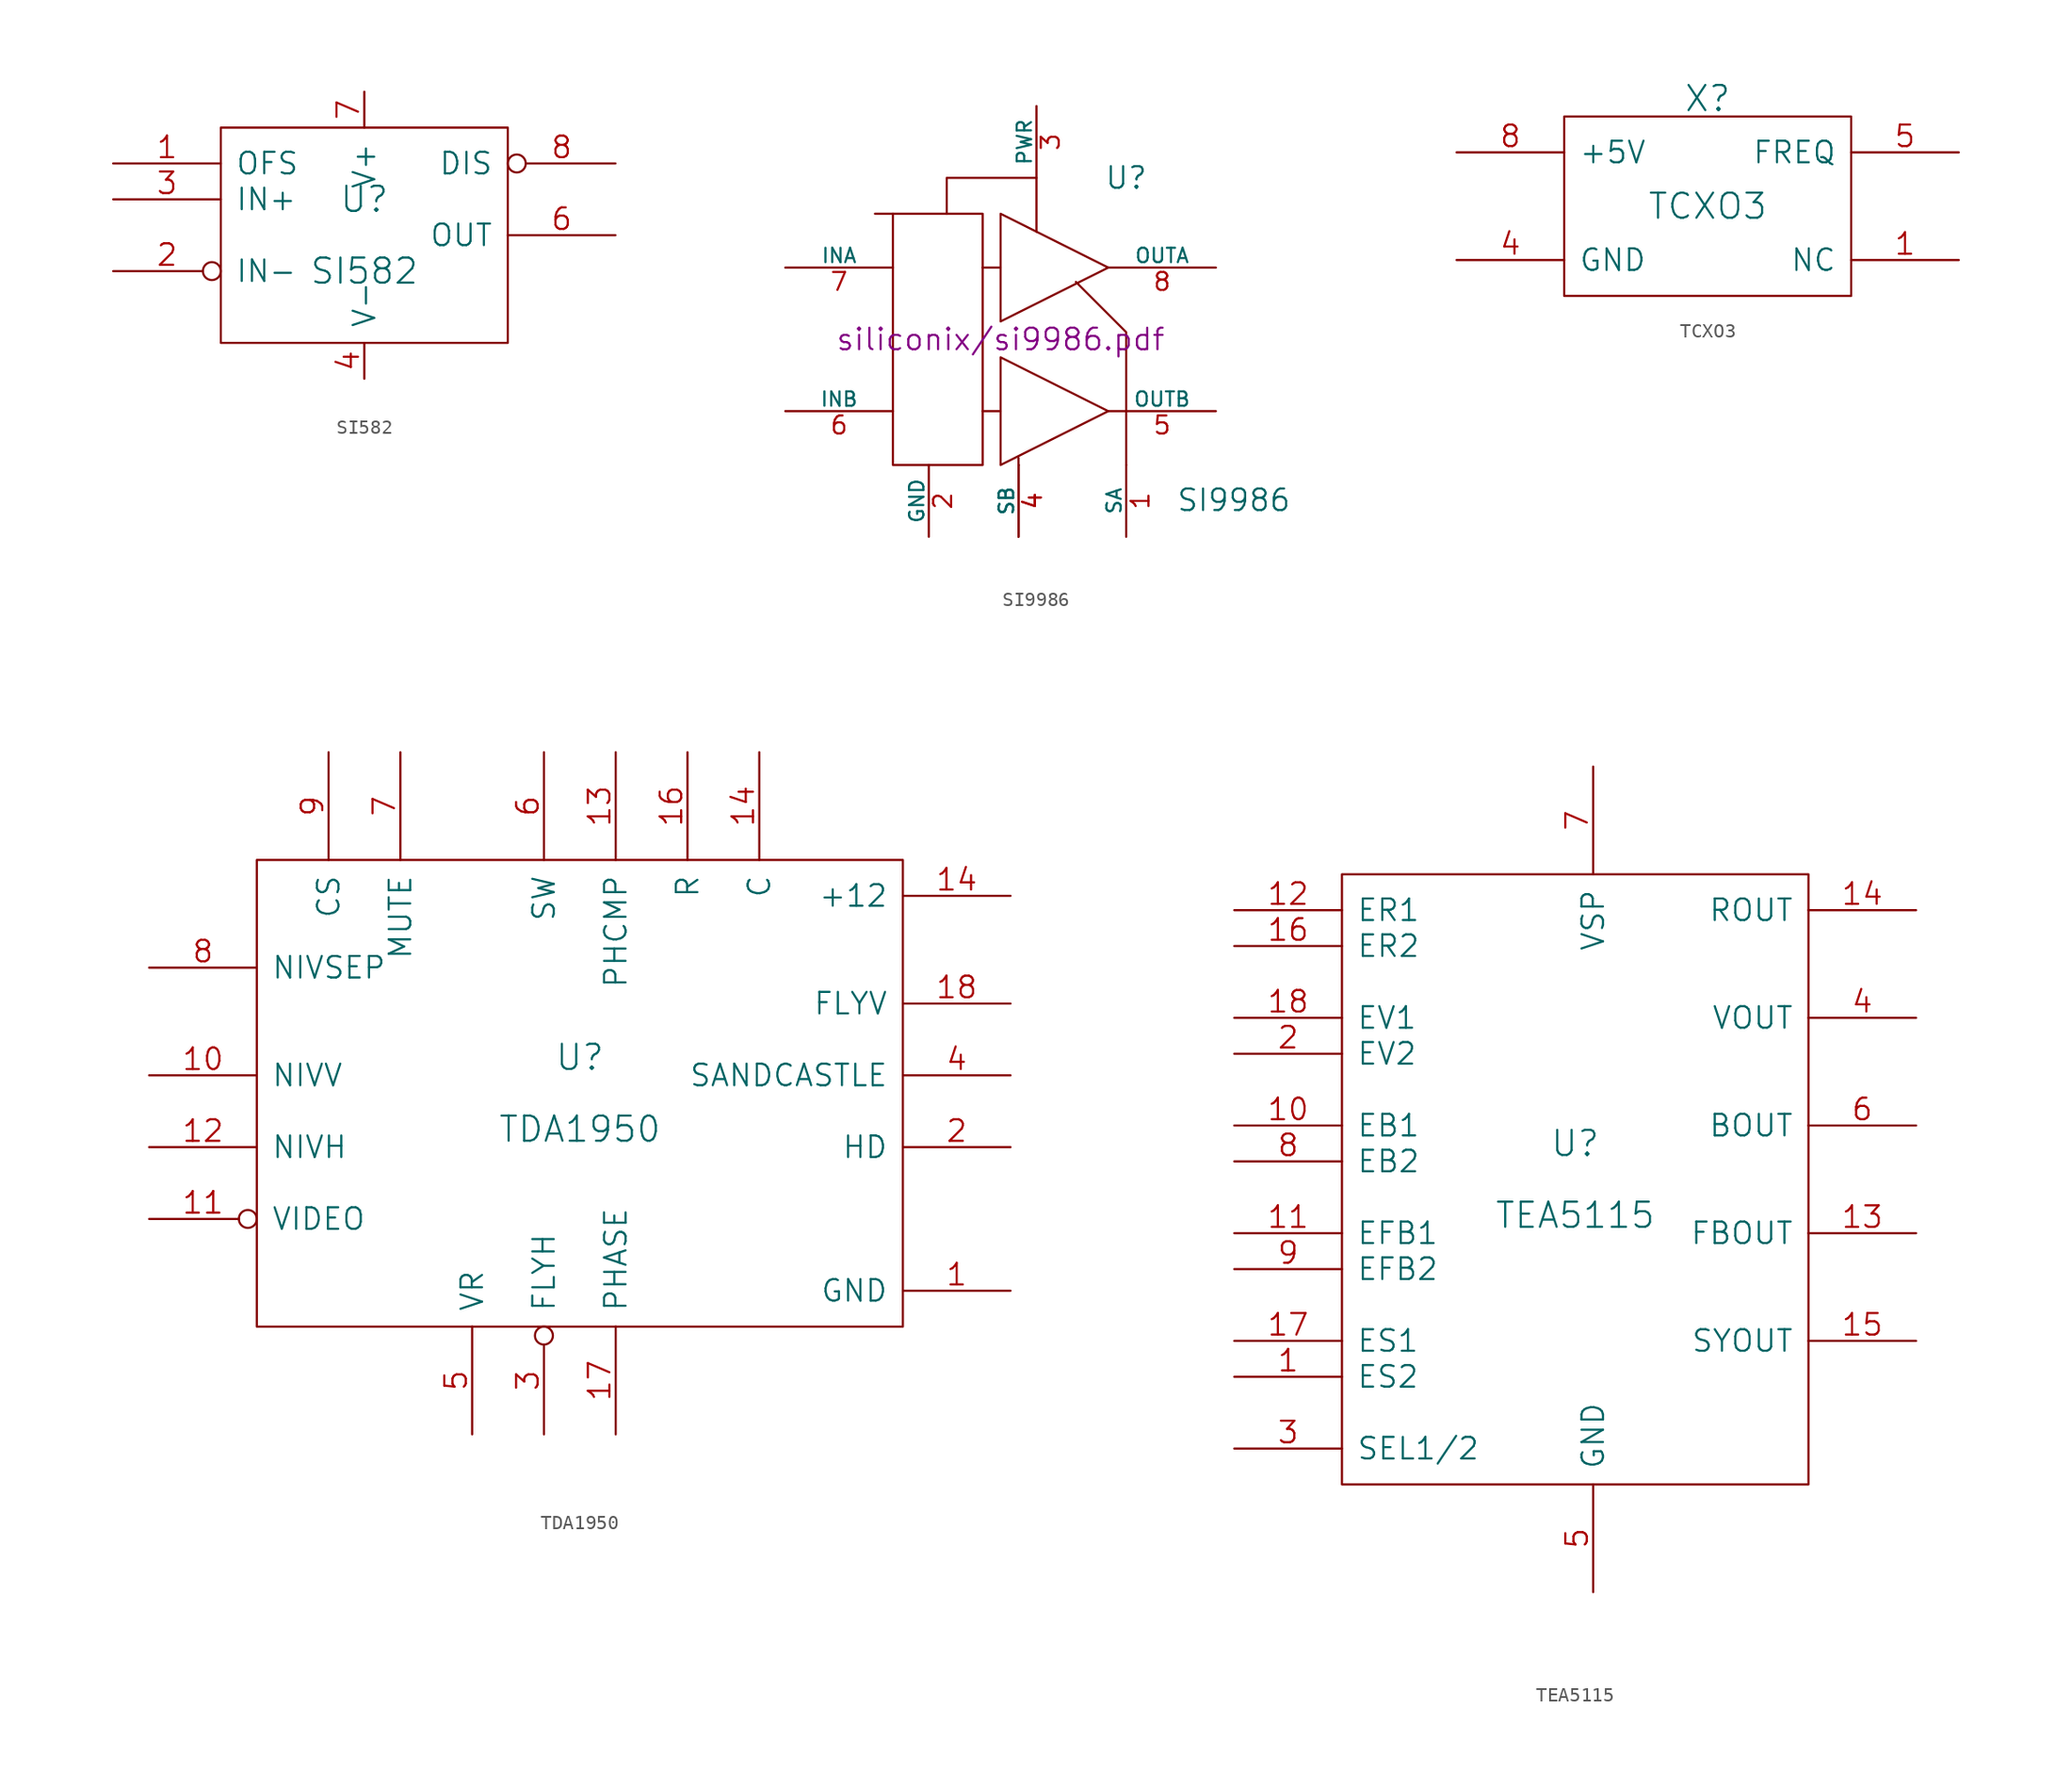
<source format=kicad_sym>
(kicad_symbol_lib
  (version 20211014)
  (generator kicad_symbol_editor)
  (symbol "SI582"
    (pin_names
      (offset 1.016))
    (property "Reference" "U"
      (at 0 2.54 0)
      (effects (font (size 1.778 1.778))))
    (property "Value" "SI582"
      (at 0 -2.54 0)
      (effects (font (size 1.778 1.778))))
    (property "Footprint" ""
      (at 0 0 0)
      (effects (font (size 1.524 1.524))))
    (property "Datasheet" ""
      (at 0 0 0)
      (effects (font (size 1.524 1.524))))
    (symbol "SI582_0_1"
      (rectangle (start -10.16 -7.62) (end 10.16 7.62) (stroke (width 0) (type default) (color 0 0 0 0)) (fill (type none))))
    (symbol "SI582_1_1"
      (pin input line (at -17.78 5.08 0) (length 7.62) (name "OFS" (effects (font (size 1.524 1.524)))) (number "1" (effects (font (size 1.524 1.524)))))
      (pin input inverted (at -17.78 -2.54 0) (length 7.62) (name "IN-" (effects (font (size 1.524 1.524)))) (number "2" (effects (font (size 1.524 1.524)))))
      (pin input line (at -17.78 2.54 0) (length 7.62) (name "IN+" (effects (font (size 1.524 1.524)))) (number "3" (effects (font (size 1.524 1.524)))))
      (pin input line (at 0 -10.16 90) (length 2.54) (name "V-" (effects (font (size 1.524 1.524)))) (number "4" (effects (font (size 1.524 1.524)))))
      (pin input line (at 17.78 0 180) (length 7.62) (name "OUT" (effects (font (size 1.524 1.524)))) (number "6" (effects (font (size 1.524 1.524)))))
      (pin input line (at 0 10.16 270) (length 2.54) (name "V+" (effects (font (size 1.524 1.524)))) (number "7" (effects (font (size 1.524 1.524)))))
      (pin input inverted (at 17.78 5.08 180) (length 7.62) (name "DIS" (effects (font (size 1.524 1.524)))) (number "8" (effects (font (size 1.524 1.524)))))))
  (symbol "SI9986"
    (pin_names
      (offset 0))
    (property "Reference" "U"
      (at 8.89 11.43 0)
      (effects (font (size 1.524 1.524))))
    (property "Value" "SI9986"
      (at 16.51 -11.379 0)
      (effects (font (size 1.524 1.524))))
    (property "Footprint" ""
      (at 0 0 0)
      (effects (font (size 1.524 1.524))))
    (property "Datasheet" "siliconix/si9986.pdf"
      (at 0 0 0)
      (effects (font (size 1.524 1.524))))
    (symbol "SI9986_0_1"
      (rectangle (start -7.62 8.89) (end -8.89 8.89) (stroke (width 0) (type default) (color 0 0 0 0)) (fill (type none)))
      (rectangle (start -7.62 8.89) (end -1.27 -8.89) (stroke (width 0) (type default) (color 0 0 0 0)) (fill (type none)))
      (polyline (pts (xy 0 -5.08) (xy -1.27 -5.08) (xy -1.27 -5.08)) (stroke (width 0) (type default) (color 0 0 0 0)) (fill (type none)))
      (polyline (pts (xy 1.27 -8.89) (xy 1.27 -8.382) (xy 1.27 -8.382)) (stroke (width 0) (type default) (color 0 0 0 0)) (fill (type none)))
      (polyline (pts (xy 0 -1.27) (xy 0 -8.89) (xy 7.62 -5.08) (xy 0 -1.27)) (stroke (width 0) (type default) (color 0 0 0 0)) (fill (type none)))
      (polyline (pts (xy 0 8.89) (xy 0 1.27) (xy 7.62 5.08) (xy 0 8.89)) (stroke (width 0) (type default) (color 0 0 0 0)) (fill (type none)))
      (polyline (pts (xy 1.27 -8.89) (xy 1.27 -8.89) (xy 1.27 -8.89) (xy 1.27 -8.89)) (stroke (width 0) (type default) (color 0 0 0 0)) (fill (type none)))
      (polyline (pts (xy 8.89 -8.89) (xy 8.89 0.508) (xy 5.334 4.064) (xy 5.334 4.064)) (stroke (width 0) (type default) (color 0 0 0 0)) (fill (type none)))
      (polyline (pts (xy 0 5.08) (xy -1.27 5.08) (xy -1.27 5.08) (xy -1.27 5.08) (xy -1.27 5.08)) (stroke (width 0) (type default) (color 0 0 0 0)) (fill (type none)))
      (polyline (pts (xy -3.81 8.89) (xy -3.81 11.43) (xy 2.54 11.43) (xy 2.54 7.62) (xy 2.54 7.62) (xy 2.54 7.62)) (stroke (width 0) (type default) (color 0 0 0 0)) (fill (type none))))
    (symbol "SI9986_1_1"
      (pin power_in line (at 8.89 -13.97 90) (length 5.08) (name "SA" (effects (font (size 1.016 1.016)))) (number "1" (effects (font (size 1.27 1.27)))))
      (pin power_in line (at -5.08 -13.97 90) (length 5.08) (name "GND" (effects (font (size 1.016 1.016)))) (number "2" (effects (font (size 1.27 1.27)))))
      (pin input line (at 2.54 16.51 270) (length 5.08) (name "PWR" (effects (font (size 1.016 1.016)))) (number "3" (effects (font (size 1.27 1.27)))))
      (pin power_in line (at 1.27 -13.97 90) (length 5.08) (name "SB" (effects (font (size 1.016 1.016)))) (number "4" (effects (font (size 1.27 1.27)))))
      (pin power_in line (at 1.27 -13.97 90) (length 5.08) (name "SB" (effects (font (size 1.016 1.016)))) (number "4" (effects (font (size 1.27 1.27)))))
      (pin input line (at 15.24 -5.08 180) (length 7.62) (name "OUTB" (effects (font (size 1.016 1.016)))) (number "5" (effects (font (size 1.27 1.27)))))
      (pin input line (at -15.24 -5.08 0) (length 7.62) (name "INB" (effects (font (size 1.016 1.016)))) (number "6" (effects (font (size 1.27 1.27)))))
      (pin input line (at -15.24 5.08 0) (length 7.62) (name "INA" (effects (font (size 1.016 1.016)))) (number "7" (effects (font (size 1.27 1.27)))))
      (pin input line (at 15.24 5.08 180) (length 7.62) (name "OUTA" (effects (font (size 1.016 1.016)))) (number "8" (effects (font (size 1.27 1.27)))))))
  (symbol "TCXO3"
    (pin_names
      (offset 1.016))
    (property "Reference" "X"
      (at 0 7.62 0)
      (effects (font (size 1.778 1.778))))
    (property "Value" "TCXO3"
      (at 0 0 0)
      (effects (font (size 1.778 1.778))))
    (property "Footprint" ""
      (at 0 0 0)
      (effects (font (size 1.524 1.524))))
    (property "Datasheet" ""
      (at 0 0 0)
      (effects (font (size 1.524 1.524))))
    (symbol "TCXO3_0_1"
      (rectangle (start -10.16 -6.35) (end 10.16 6.35) (stroke (width 0) (type default) (color 0 0 0 0)) (fill (type none))))
    (symbol "TCXO3_1_1"
      (pin passive line (at 17.78 -3.81 180) (length 7.62) (name "NC" (effects (font (size 1.524 1.524)))) (number "1" (effects (font (size 1.524 1.524)))))
      (pin passive line (at -17.78 -3.81 0) (length 7.62) (name "GND" (effects (font (size 1.524 1.524)))) (number "4" (effects (font (size 1.524 1.524)))))
      (pin output line (at 17.78 3.81 180) (length 7.62) (name "FREQ" (effects (font (size 1.524 1.524)))) (number "5" (effects (font (size 1.524 1.524)))))
      (pin passive line (at -17.78 3.81 0) (length 7.62) (name "+5V" (effects (font (size 1.524 1.524)))) (number "8" (effects (font (size 1.524 1.524)))))))
  (symbol "TDA1950"
    (pin_names
      (offset 1.016))
    (property "Reference" "U"
      (at 0 2.54 0)
      (effects (font (size 1.778 1.778))))
    (property "Value" "TDA1950"
      (at 0 -2.54 0)
      (effects (font (size 1.778 1.778))))
    (property "Footprint" ""
      (at 0 0 0)
      (effects (font (size 1.524 1.524))))
    (property "Datasheet" ""
      (at 0 0 0)
      (effects (font (size 1.524 1.524))))
    (symbol "TDA1950_0_1"
      (rectangle (start -22.86 -16.51) (end 22.86 16.51) (stroke (width 0) (type default) (color 0 0 0 0)) (fill (type none))))
    (symbol "TDA1950_1_1"
      (pin input line (at 30.48 -13.97 180) (length 7.62) (name "GND" (effects (font (size 1.524 1.524)))) (number "1" (effects (font (size 1.524 1.524)))))
      (pin output line (at -30.48 1.27 0) (length 7.62) (name "NIVV" (effects (font (size 1.524 1.524)))) (number "10" (effects (font (size 1.524 1.524)))))
      (pin input inverted (at -30.48 -8.89 0) (length 7.62) (name "VIDEO" (effects (font (size 1.524 1.524)))) (number "11" (effects (font (size 1.524 1.524)))))
      (pin output line (at -30.48 -3.81 0) (length 7.62) (name "NIVH" (effects (font (size 1.524 1.524)))) (number "12" (effects (font (size 1.524 1.524)))))
      (pin output line (at 2.54 24.13 270) (length 7.62) (name "PHCMP" (effects (font (size 1.524 1.524)))) (number "13" (effects (font (size 1.524 1.524)))))
      (pin input line (at 30.48 13.97 180) (length 7.62) (name "+12" (effects (font (size 1.524 1.524)))) (number "14" (effects (font (size 1.524 1.524)))))
      (pin output line (at 12.7 24.13 270) (length 7.62) (name "C" (effects (font (size 1.524 1.524)))) (number "14" (effects (font (size 1.524 1.524)))))
      (pin output line (at 7.62 24.13 270) (length 7.62) (name "R" (effects (font (size 1.524 1.524)))) (number "16" (effects (font (size 1.524 1.524)))))
      (pin input line (at 2.54 -24.13 90) (length 7.62) (name "PHASE" (effects (font (size 1.524 1.524)))) (number "17" (effects (font (size 1.524 1.524)))))
      (pin input line (at 30.48 6.35 180) (length 7.62) (name "FLYV" (effects (font (size 1.524 1.524)))) (number "18" (effects (font (size 1.524 1.524)))))
      (pin output line (at 30.48 -3.81 180) (length 7.62) (name "HD" (effects (font (size 1.524 1.524)))) (number "2" (effects (font (size 1.524 1.524)))))
      (pin input inverted (at -2.54 -24.13 90) (length 7.62) (name "FLYH" (effects (font (size 1.524 1.524)))) (number "3" (effects (font (size 1.524 1.524)))))
      (pin output line (at 30.48 1.27 180) (length 7.62) (name "SANDCASTLE" (effects (font (size 1.524 1.524)))) (number "4" (effects (font (size 1.524 1.524)))))
      (pin input line (at -7.62 -24.13 90) (length 7.62) (name "VR" (effects (font (size 1.524 1.524)))) (number "5" (effects (font (size 1.524 1.524)))))
      (pin output line (at -2.54 24.13 270) (length 7.62) (name "SW" (effects (font (size 1.524 1.524)))) (number "6" (effects (font (size 1.524 1.524)))))
      (pin output line (at -12.7 24.13 270) (length 7.62) (name "MUTE" (effects (font (size 1.524 1.524)))) (number "7" (effects (font (size 1.524 1.524)))))
      (pin input line (at -30.48 8.89 0) (length 7.62) (name "NIVSEP" (effects (font (size 1.524 1.524)))) (number "8" (effects (font (size 1.524 1.524)))))
      (pin output line (at -17.78 24.13 270) (length 7.62) (name "CS" (effects (font (size 1.524 1.524)))) (number "9" (effects (font (size 1.524 1.524)))))))
  (symbol "TEA5115"
    (pin_names
      (offset 1.016))
    (property "Reference" "U"
      (at 0 2.54 0)
      (effects (font (size 1.778 1.778))))
    (property "Value" "TEA5115"
      (at 0 -2.54 0)
      (effects (font (size 1.778 1.778))))
    (property "Footprint" ""
      (at 0 0 0)
      (effects (font (size 1.524 1.524))))
    (property "Datasheet" ""
      (at 0 0 0)
      (effects (font (size 1.524 1.524))))
    (symbol "TEA5115_0_1"
      (rectangle (start -16.51 -21.59) (end 16.51 21.59) (stroke (width 0) (type default) (color 0 0 0 0)) (fill (type none))))
    (symbol "TEA5115_1_1"
      (pin input line (at -24.13 -13.97 0) (length 7.62) (name "ES2" (effects (font (size 1.524 1.524)))) (number "1" (effects (font (size 1.524 1.524)))))
      (pin input line (at -24.13 3.81 0) (length 7.62) (name "EB1" (effects (font (size 1.524 1.524)))) (number "10" (effects (font (size 1.524 1.524)))))
      (pin input line (at -24.13 -3.81 0) (length 7.62) (name "EFB1" (effects (font (size 1.524 1.524)))) (number "11" (effects (font (size 1.524 1.524)))))
      (pin input line (at -24.13 19.05 0) (length 7.62) (name "ER1" (effects (font (size 1.524 1.524)))) (number "12" (effects (font (size 1.524 1.524)))))
      (pin output line (at 24.13 -3.81 180) (length 7.62) (name "FBOUT" (effects (font (size 1.524 1.524)))) (number "13" (effects (font (size 1.524 1.524)))))
      (pin output line (at 24.13 19.05 180) (length 7.62) (name "ROUT" (effects (font (size 1.524 1.524)))) (number "14" (effects (font (size 1.524 1.524)))))
      (pin output line (at 24.13 -11.43 180) (length 7.62) (name "SYOUT" (effects (font (size 1.524 1.524)))) (number "15" (effects (font (size 1.524 1.524)))))
      (pin input line (at -24.13 16.51 0) (length 7.62) (name "ER2" (effects (font (size 1.524 1.524)))) (number "16" (effects (font (size 1.524 1.524)))))
      (pin input line (at -24.13 -11.43 0) (length 7.62) (name "ES1" (effects (font (size 1.524 1.524)))) (number "17" (effects (font (size 1.524 1.524)))))
      (pin input line (at -24.13 11.43 0) (length 7.62) (name "EV1" (effects (font (size 1.524 1.524)))) (number "18" (effects (font (size 1.524 1.524)))))
      (pin input line (at -24.13 8.89 0) (length 7.62) (name "EV2" (effects (font (size 1.524 1.524)))) (number "2" (effects (font (size 1.524 1.524)))))
      (pin input line (at -24.13 -19.05 0) (length 7.62) (name "SEL1/2" (effects (font (size 1.524 1.524)))) (number "3" (effects (font (size 1.524 1.524)))))
      (pin output line (at 24.13 11.43 180) (length 7.62) (name "VOUT" (effects (font (size 1.524 1.524)))) (number "4" (effects (font (size 1.524 1.524)))))
      (pin input line (at 1.27 -29.21 90) (length 7.62) (name "GND" (effects (font (size 1.524 1.524)))) (number "5" (effects (font (size 1.524 1.524)))))
      (pin output line (at 24.13 3.81 180) (length 7.62) (name "BOUT" (effects (font (size 1.524 1.524)))) (number "6" (effects (font (size 1.524 1.524)))))
      (pin input line (at 1.27 29.21 270) (length 7.62) (name "VSP" (effects (font (size 1.524 1.524)))) (number "7" (effects (font (size 1.524 1.524)))))
      (pin input line (at -24.13 1.27 0) (length 7.62) (name "EB2" (effects (font (size 1.524 1.524)))) (number "8" (effects (font (size 1.524 1.524)))))
      (pin input line (at -24.13 -6.35 0) (length 7.62) (name "EFB2" (effects (font (size 1.524 1.524)))) (number "9" (effects (font (size 1.524 1.524))))))))
</source>
